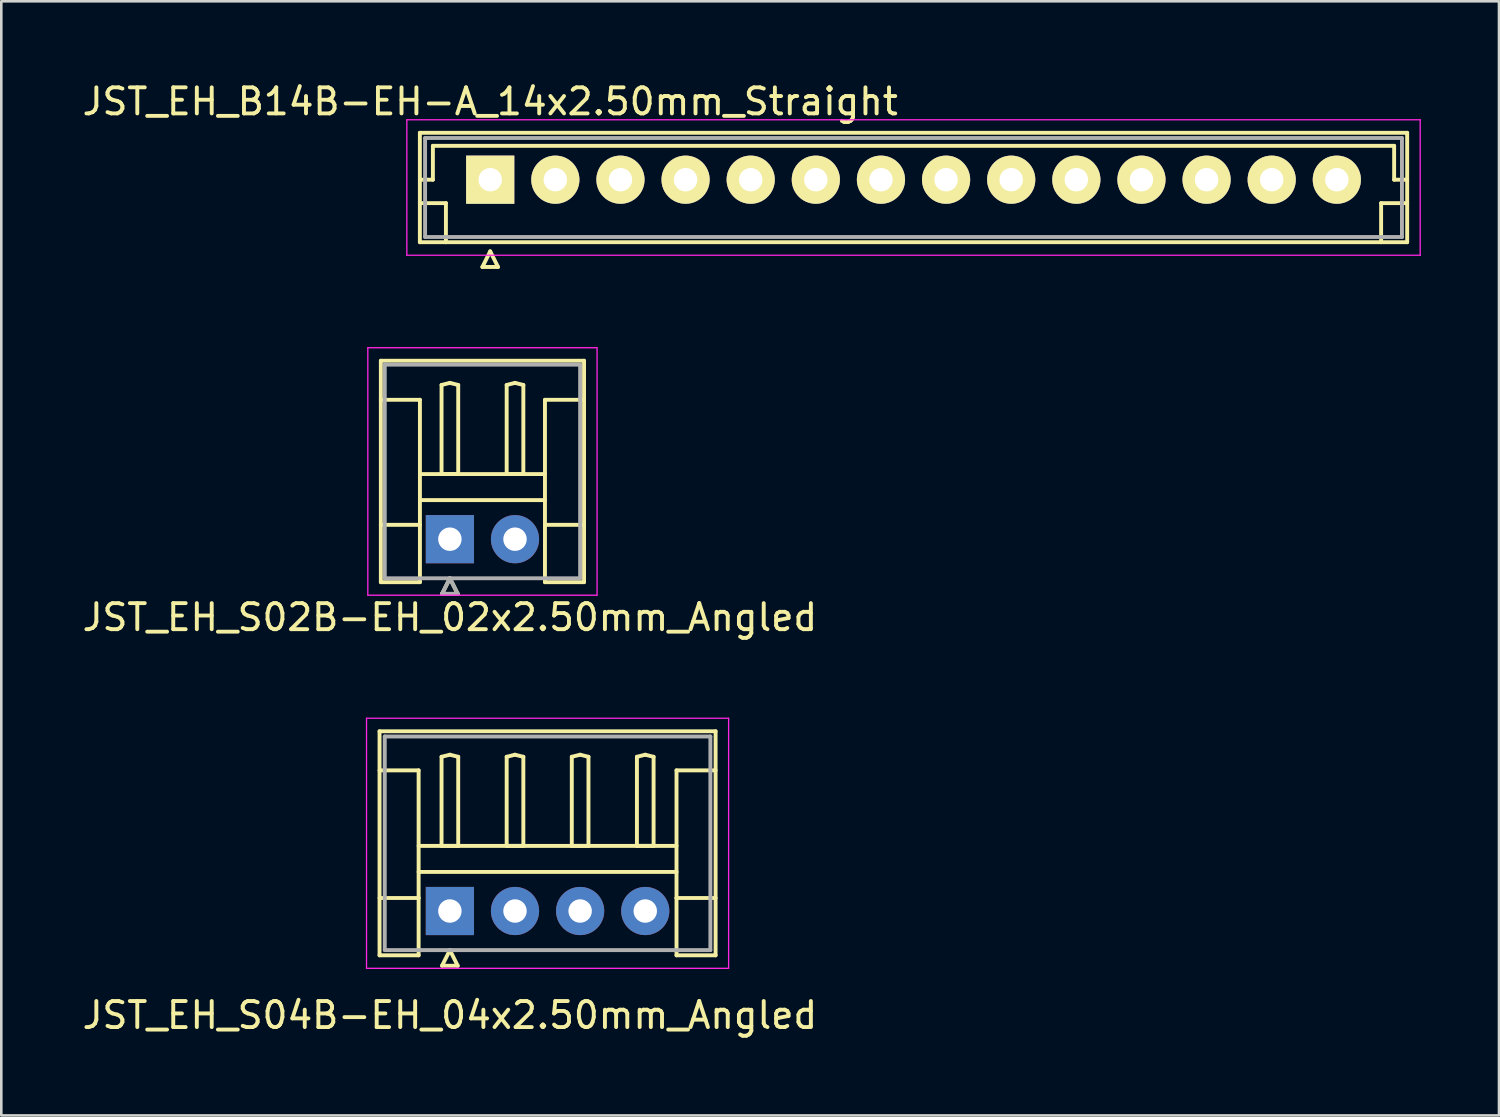
<source format=kicad_pcb>
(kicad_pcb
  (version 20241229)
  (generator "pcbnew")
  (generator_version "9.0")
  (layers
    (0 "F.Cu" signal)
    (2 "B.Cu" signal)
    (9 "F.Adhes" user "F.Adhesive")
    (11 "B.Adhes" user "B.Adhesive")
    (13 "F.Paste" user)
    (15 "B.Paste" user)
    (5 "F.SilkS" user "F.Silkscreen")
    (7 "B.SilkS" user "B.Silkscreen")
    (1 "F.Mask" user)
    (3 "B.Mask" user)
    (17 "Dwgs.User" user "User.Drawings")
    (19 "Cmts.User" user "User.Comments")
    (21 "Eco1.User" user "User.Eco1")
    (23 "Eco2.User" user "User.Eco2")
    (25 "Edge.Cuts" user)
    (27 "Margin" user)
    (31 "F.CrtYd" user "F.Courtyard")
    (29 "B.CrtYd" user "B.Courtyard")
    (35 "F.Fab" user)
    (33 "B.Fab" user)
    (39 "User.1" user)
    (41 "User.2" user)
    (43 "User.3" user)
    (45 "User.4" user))
  (footprint "JST_EH_S04B-EH_04x2.50mm_Angled"
    (layer "F.Cu")
    (at 14.22 31.922)
    (property "Reference" "JST_EH_S04B-EH_04x2.50mm_Angled" (at 0 4 0) (layer "F.SilkS") (effects (font (size 1 1) (thickness 0.15))))
    (attr through_hole)
    (fp_line (start -2.7 -6.9) (end 10.2 -6.9) (stroke (width 0.15) (type solid)) (layer "F.SilkS"))
    (fp_line (start -2.7 -5.4) (end -1.2 -5.4) (stroke (width 0.15) (type solid)) (layer "F.SilkS"))
    (fp_line (start -2.7 1.7) (end -2.7 -6.9) (stroke (width 0.15) (type solid)) (layer "F.SilkS"))
    (fp_line (start -1.2 -5.4) (end -1.2 -0.5) (stroke (width 0.15) (type solid)) (layer "F.SilkS"))
    (fp_line (start -1.2 -2.5) (end 8.7 -2.5) (stroke (width 0.15) (type solid)) (layer "F.SilkS"))
    (fp_line (start -1.2 -1.5) (end 8.7 -1.5) (stroke (width 0.15) (type solid)) (layer "F.SilkS"))
    (fp_line (start -1.2 -0.5) (end -2.7 -0.5) (stroke (width 0.15) (type solid)) (layer "F.SilkS"))
    (fp_line (start -1.2 -0.5) (end -1.2 1.7) (stroke (width 0.15) (type solid)) (layer "F.SilkS"))
    (fp_line (start -1.2 1.7) (end -2.7 1.7) (stroke (width 0.15) (type solid)) (layer "F.SilkS"))
    (fp_line (start -0.32 -5.92) (end 0 -6) (stroke (width 0.15) (type solid)) (layer "F.SilkS"))
    (fp_line (start -0.32 -2.5) (end -0.32 -5.92) (stroke (width 0.15) (type solid)) (layer "F.SilkS"))
    (fp_line (start -0.3 2.1) (end 0.3 2.1) (stroke (width 0.15) (type solid)) (layer "F.SilkS"))
    (fp_line (start 0 -6) (end 0.32 -5.92) (stroke (width 0.15) (type solid)) (layer "F.SilkS"))
    (fp_line (start 0 -2.5) (end -0.32 -2.5) (stroke (width 0.15) (type solid)) (layer "F.SilkS"))
    (fp_line (start 0 1.5) (end -0.3 2.1) (stroke (width 0.15) (type solid)) (layer "F.SilkS"))
    (fp_line (start 0.3 2.1) (end 0 1.5) (stroke (width 0.15) (type solid)) (layer "F.SilkS"))
    (fp_line (start 0.32 -5.92) (end 0.32 -2.5) (stroke (width 0.15) (type solid)) (layer "F.SilkS"))
    (fp_line (start 0.32 -2.5) (end 0 -2.5) (stroke (width 0.15) (type solid)) (layer "F.SilkS"))
    (fp_line (start 2.18 -5.92) (end 2.5 -6) (stroke (width 0.15) (type solid)) (layer "F.SilkS"))
    (fp_line (start 2.18 -2.5) (end 2.18 -5.92) (stroke (width 0.15) (type solid)) (layer "F.SilkS"))
    (fp_line (start 2.5 -6) (end 2.82 -5.92) (stroke (width 0.15) (type solid)) (layer "F.SilkS"))
    (fp_line (start 2.5 -2.5) (end 2.18 -2.5) (stroke (width 0.15) (type solid)) (layer "F.SilkS"))
    (fp_line (start 2.82 -5.92) (end 2.82 -2.5) (stroke (width 0.15) (type solid)) (layer "F.SilkS"))
    (fp_line (start 2.82 -2.5) (end 2.5 -2.5) (stroke (width 0.15) (type solid)) (layer "F.SilkS"))
    (fp_line (start 4.68 -5.92) (end 5 -6) (stroke (width 0.15) (type solid)) (layer "F.SilkS"))
    (fp_line (start 4.68 -2.5) (end 4.68 -5.92) (stroke (width 0.15) (type solid)) (layer "F.SilkS"))
    (fp_line (start 5 -6) (end 5.32 -5.92) (stroke (width 0.15) (type solid)) (layer "F.SilkS"))
    (fp_line (start 5 -2.5) (end 4.68 -2.5) (stroke (width 0.15) (type solid)) (layer "F.SilkS"))
    (fp_line (start 5.32 -5.92) (end 5.32 -2.5) (stroke (width 0.15) (type solid)) (layer "F.SilkS"))
    (fp_line (start 5.32 -2.5) (end 5 -2.5) (stroke (width 0.15) (type solid)) (layer "F.SilkS"))
    (fp_line (start 7.18 -5.92) (end 7.5 -6) (stroke (width 0.15) (type solid)) (layer "F.SilkS"))
    (fp_line (start 7.18 -2.5) (end 7.18 -5.92) (stroke (width 0.15) (type solid)) (layer "F.SilkS"))
    (fp_line (start 7.5 -6) (end 7.82 -5.92) (stroke (width 0.15) (type solid)) (layer "F.SilkS"))
    (fp_line (start 7.5 -2.5) (end 7.18 -2.5) (stroke (width 0.15) (type solid)) (layer "F.SilkS"))
    (fp_line (start 7.82 -5.92) (end 7.82 -2.5) (stroke (width 0.15) (type solid)) (layer "F.SilkS"))
    (fp_line (start 7.82 -2.5) (end 7.5 -2.5) (stroke (width 0.15) (type solid)) (layer "F.SilkS"))
    (fp_line (start 8.7 -5.4) (end 8.7 -0.5) (stroke (width 0.15) (type solid)) (layer "F.SilkS"))
    (fp_line (start 8.7 -0.5) (end 10.2 -0.5) (stroke (width 0.15) (type solid)) (layer "F.SilkS"))
    (fp_line (start 8.7 1.7) (end 8.7 -0.5) (stroke (width 0.15) (type solid)) (layer "F.SilkS"))
    (fp_line (start 10.2 -6.9) (end 10.2 1.7) (stroke (width 0.15) (type solid)) (layer "F.SilkS"))
    (fp_line (start 10.2 -5.4) (end 8.7 -5.4) (stroke (width 0.15) (type solid)) (layer "F.SilkS"))
    (fp_line (start 10.2 1.7) (end 8.7 1.7) (stroke (width 0.15) (type solid)) (layer "F.SilkS"))
    (fp_line (start -3.2 -7.4) (end -3.2 2.2) (stroke (width 0.05) (type solid)) (layer "F.CrtYd"))
    (fp_line (start -3.2 2.2) (end 10.7 2.2) (stroke (width 0.05) (type solid)) (layer "F.CrtYd"))
    (fp_line (start 10.7 -7.4) (end -3.2 -7.4) (stroke (width 0.05) (type solid)) (layer "F.CrtYd"))
    (fp_line (start 10.7 2.2) (end 10.7 -7.4) (stroke (width 0.05) (type solid)) (layer "F.CrtYd"))
    (fp_line (start -2.5 -6.7) (end -2.5 1.5) (stroke (width 0.15) (type solid)) (layer "F.Fab"))
    (fp_line (start -2.5 1.5) (end 10 1.5) (stroke (width 0.15) (type solid)) (layer "F.Fab"))
    (fp_line (start 10 -6.7) (end -2.5 -6.7) (stroke (width 0.15) (type solid)) (layer "F.Fab"))
    (fp_line (start 10 1.5) (end 10 -6.7) (stroke (width 0.15) (type solid)) (layer "F.Fab"))
    (pad "1" thru_hole rect (at 0 0) (size 1.85 1.85) (drill 0.9) (layers "*.Cu" "*.Mask"))
    (pad "2" thru_hole circle (at 2.5 0) (size 1.85 1.85) (drill 0.9) (layers "*.Cu" "*.Mask"))
    (pad "3" thru_hole circle (at 5 0) (size 1.85 1.85) (drill 0.9) (layers "*.Cu" "*.Mask"))
    (pad "4" thru_hole circle (at 7.5 0) (size 1.85 1.85) (drill 0.9) (layers "*.Cu" "*.Mask")))
  (footprint "JST_EH_B14B-EH-A_14x2.50mm_Straight"
    (layer "F.Cu")
    (at 15.768 3.848)
    (property "Reference" "JST_EH_B14B-EH-A_14x2.50mm_Straight" (at 0 -3 0) (layer "F.SilkS") (effects (font (size 1 1) (thickness 0.15))))
    (attr through_hole)
    (fp_line (start -2.7 -1.8) (end -2.7 2.4) (stroke (width 0.15) (type solid)) (layer "F.SilkS"))
    (fp_line (start -2.7 0) (end -2.2 0) (stroke (width 0.15) (type solid)) (layer "F.SilkS"))
    (fp_line (start -2.7 0.9) (end -1.7 0.9) (stroke (width 0.15) (type solid)) (layer "F.SilkS"))
    (fp_line (start -2.7 2.4) (end 35.2 2.4) (stroke (width 0.15) (type solid)) (layer "F.SilkS"))
    (fp_line (start -2.2 -1.3) (end 34.7 -1.3) (stroke (width 0.15) (type solid)) (layer "F.SilkS"))
    (fp_line (start -2.2 0) (end -2.2 -1.3) (stroke (width 0.15) (type solid)) (layer "F.SilkS"))
    (fp_line (start -1.7 0.9) (end -1.7 2.4) (stroke (width 0.15) (type solid)) (layer "F.SilkS"))
    (fp_line (start -0.3 3.35) (end 0.3 3.35) (stroke (width 0.15) (type solid)) (layer "F.SilkS"))
    (fp_line (start 0 2.75) (end -0.3 3.35) (stroke (width 0.15) (type solid)) (layer "F.SilkS"))
    (fp_line (start 0.3 3.35) (end 0 2.75) (stroke (width 0.15) (type solid)) (layer "F.SilkS"))
    (fp_line (start 34.2 0.9) (end 34.2 2.4) (stroke (width 0.15) (type solid)) (layer "F.SilkS"))
    (fp_line (start 34.7 -1.3) (end 34.7 0) (stroke (width 0.15) (type solid)) (layer "F.SilkS"))
    (fp_line (start 34.7 0) (end 35.2 0) (stroke (width 0.15) (type solid)) (layer "F.SilkS"))
    (fp_line (start 35.2 -1.8) (end -2.7 -1.8) (stroke (width 0.15) (type solid)) (layer "F.SilkS"))
    (fp_line (start 35.2 0.9) (end 34.2 0.9) (stroke (width 0.15) (type solid)) (layer "F.SilkS"))
    (fp_line (start 35.2 2.4) (end 35.2 -1.8) (stroke (width 0.15) (type solid)) (layer "F.SilkS"))
    (fp_line (start -3.2 -2.3) (end -3.2 2.9) (stroke (width 0.05) (type solid)) (layer "F.CrtYd"))
    (fp_line (start -3.2 2.9) (end 35.7 2.9) (stroke (width 0.05) (type solid)) (layer "F.CrtYd"))
    (fp_line (start 35.7 -2.3) (end -3.2 -2.3) (stroke (width 0.05) (type solid)) (layer "F.CrtYd"))
    (fp_line (start 35.7 2.9) (end 35.7 -2.3) (stroke (width 0.05) (type solid)) (layer "F.CrtYd"))
    (fp_line (start -2.5 -1.6) (end -2.5 2.2) (stroke (width 0.15) (type solid)) (layer "F.Fab"))
    (fp_line (start -2.5 2.2) (end 35 2.2) (stroke (width 0.15) (type solid)) (layer "F.Fab"))
    (fp_line (start 35 -1.6) (end -2.5 -1.6) (stroke (width 0.15) (type solid)) (layer "F.Fab"))
    (fp_line (start 35 2.2) (end 35 -1.6) (stroke (width 0.15) (type solid)) (layer "F.Fab"))
    (pad "1" thru_hole rect (at 0 0) (size 1.85 1.85) (drill 0.9) (layers "*.Cu" "*.Mask" "F.SilkS"))
    (pad "2" thru_hole circle (at 2.5 0) (size 1.85 1.85) (drill 0.9) (layers "*.Cu" "*.Mask" "F.SilkS"))
    (pad "3" thru_hole circle (at 5 0) (size 1.85 1.85) (drill 0.9) (layers "*.Cu" "*.Mask" "F.SilkS"))
    (pad "4" thru_hole circle (at 7.5 0) (size 1.85 1.85) (drill 0.9) (layers "*.Cu" "*.Mask" "F.SilkS"))
    (pad "5" thru_hole circle (at 10 0) (size 1.85 1.85) (drill 0.9) (layers "*.Cu" "*.Mask" "F.SilkS"))
    (pad "6" thru_hole circle (at 12.5 0) (size 1.85 1.85) (drill 0.9) (layers "*.Cu" "*.Mask" "F.SilkS"))
    (pad "7" thru_hole circle (at 15 0) (size 1.85 1.85) (drill 0.9) (layers "*.Cu" "*.Mask" "F.SilkS"))
    (pad "8" thru_hole circle (at 17.5 0) (size 1.85 1.85) (drill 0.9) (layers "*.Cu" "*.Mask" "F.SilkS"))
    (pad "9" thru_hole circle (at 20 0) (size 1.85 1.85) (drill 0.9) (layers "*.Cu" "*.Mask" "F.SilkS"))
    (pad "10" thru_hole circle (at 22.5 0) (size 1.85 1.85) (drill 0.9) (layers "*.Cu" "*.Mask" "F.SilkS"))
    (pad "11" thru_hole circle (at 25 0) (size 1.85 1.85) (drill 0.9) (layers "*.Cu" "*.Mask" "F.SilkS"))
    (pad "12" thru_hole circle (at 27.5 0) (size 1.85 1.85) (drill 0.9) (layers "*.Cu" "*.Mask" "F.SilkS"))
    (pad "13" thru_hole circle (at 30 0) (size 1.85 1.85) (drill 0.9) (layers "*.Cu" "*.Mask" "F.SilkS"))
    (pad "14" thru_hole circle (at 32.5 0) (size 1.85 1.85) (drill 0.9) (layers "*.Cu" "*.Mask" "F.SilkS")))
  (footprint "JST_EH_S02B-EH_02x2.50mm_Angled"
    (layer "F.Cu")
    (at 14.22 17.648)
    (property "Reference" "JST_EH_S02B-EH_02x2.50mm_Angled" (at 0 3 0) (layer "F.SilkS") (effects (font (size 1 1) (thickness 0.15))))
    (attr through_hole)
    (fp_line (start -2.65 -6.85) (end 5.15 -6.85) (stroke (width 0.15) (type solid)) (layer "F.SilkS"))
    (fp_line (start -2.65 -5.35) (end -1.15 -5.35) (stroke (width 0.15) (type solid)) (layer "F.SilkS"))
    (fp_line (start -2.65 1.65) (end -2.65 -6.85) (stroke (width 0.15) (type solid)) (layer "F.SilkS"))
    (fp_line (start -1.15 -5.35) (end -1.15 -0.55) (stroke (width 0.15) (type solid)) (layer "F.SilkS"))
    (fp_line (start -1.15 -2.5) (end 3.65 -2.5) (stroke (width 0.15) (type solid)) (layer "F.SilkS"))
    (fp_line (start -1.15 -1.5) (end 3.65 -1.5) (stroke (width 0.15) (type solid)) (layer "F.SilkS"))
    (fp_line (start -1.15 -0.55) (end -2.65 -0.55) (stroke (width 0.15) (type solid)) (layer "F.SilkS"))
    (fp_line (start -1.15 -0.55) (end -1.15 1.65) (stroke (width 0.15) (type solid)) (layer "F.SilkS"))
    (fp_line (start -1.15 1.65) (end -2.65 1.65) (stroke (width 0.15) (type solid)) (layer "F.SilkS"))
    (fp_line (start -0.32 -5.92) (end 0 -6) (stroke (width 0.15) (type solid)) (layer "F.SilkS"))
    (fp_line (start -0.32 -2.5) (end -0.32 -5.92) (stroke (width 0.15) (type solid)) (layer "F.SilkS"))
    (fp_line (start -0.3 2.1) (end 0.3 2.1) (stroke (width 0.15) (type solid)) (layer "F.SilkS"))
    (fp_line (start 0 -6) (end 0.32 -5.92) (stroke (width 0.15) (type solid)) (layer "F.SilkS"))
    (fp_line (start 0 -2.5) (end -0.32 -2.5) (stroke (width 0.15) (type solid)) (layer "F.SilkS"))
    (fp_line (start 0 1.5) (end -0.3 2.1) (stroke (width 0.15) (type solid)) (layer "F.SilkS"))
    (fp_line (start 0.3 2.1) (end 0 1.5) (stroke (width 0.15) (type solid)) (layer "F.SilkS"))
    (fp_line (start 0.32 -5.92) (end 0.32 -2.5) (stroke (width 0.15) (type solid)) (layer "F.SilkS"))
    (fp_line (start 0.32 -2.5) (end 0 -2.5) (stroke (width 0.15) (type solid)) (layer "F.SilkS"))
    (fp_line (start 2.18 -5.92) (end 2.5 -6) (stroke (width 0.15) (type solid)) (layer "F.SilkS"))
    (fp_line (start 2.18 -2.5) (end 2.18 -5.92) (stroke (width 0.15) (type solid)) (layer "F.SilkS"))
    (fp_line (start 2.5 -6) (end 2.82 -5.92) (stroke (width 0.15) (type solid)) (layer "F.SilkS"))
    (fp_line (start 2.5 -2.5) (end 2.18 -2.5) (stroke (width 0.15) (type solid)) (layer "F.SilkS"))
    (fp_line (start 2.82 -5.92) (end 2.82 -2.5) (stroke (width 0.15) (type solid)) (layer "F.SilkS"))
    (fp_line (start 2.82 -2.5) (end 2.5 -2.5) (stroke (width 0.15) (type solid)) (layer "F.SilkS"))
    (fp_line (start 3.65 -5.35) (end 3.65 -0.55) (stroke (width 0.15) (type solid)) (layer "F.SilkS"))
    (fp_line (start 3.65 -0.55) (end 5.15 -0.55) (stroke (width 0.15) (type solid)) (layer "F.SilkS"))
    (fp_line (start 3.65 1.65) (end 3.65 -0.55) (stroke (width 0.15) (type solid)) (layer "F.SilkS"))
    (fp_line (start 5.15 -6.85) (end 5.15 1.65) (stroke (width 0.15) (type solid)) (layer "F.SilkS"))
    (fp_line (start 5.15 -5.35) (end 3.65 -5.35) (stroke (width 0.15) (type solid)) (layer "F.SilkS"))
    (fp_line (start 5.15 1.65) (end 3.65 1.65) (stroke (width 0.15) (type solid)) (layer "F.SilkS"))
    (fp_line (start -3.15 -7.35) (end -3.15 2.15) (stroke (width 0.05) (type solid)) (layer "F.CrtYd"))
    (fp_line (start -3.15 2.15) (end 5.65 2.15) (stroke (width 0.05) (type solid)) (layer "F.CrtYd"))
    (fp_line (start 5.65 -7.35) (end -3.15 -7.35) (stroke (width 0.05) (type solid)) (layer "F.CrtYd"))
    (fp_line (start 5.65 2.15) (end 5.65 -7.35) (stroke (width 0.05) (type solid)) (layer "F.CrtYd"))
    (fp_line (start -2.5 -6.7) (end -2.5 1.5) (stroke (width 0.15) (type solid)) (layer "F.Fab"))
    (fp_line (start -2.5 1.5) (end 5 1.5) (stroke (width 0.15) (type solid)) (layer "F.Fab"))
    (fp_line (start -0.3 2.1) (end 0.3 2.1) (stroke (width 0.15) (type solid)) (layer "F.Fab"))
    (fp_line (start 0 1.5) (end -0.3 2.1) (stroke (width 0.15) (type solid)) (layer "F.Fab"))
    (fp_line (start 0.3 2.1) (end 0 1.5) (stroke (width 0.15) (type solid)) (layer "F.Fab"))
    (fp_line (start 5 -6.7) (end -2.5 -6.7) (stroke (width 0.15) (type solid)) (layer "F.Fab"))
    (fp_line (start 5 1.5) (end 5 -6.7) (stroke (width 0.15) (type solid)) (layer "F.Fab"))
    (pad "1" thru_hole rect (at 0 0) (size 1.85 1.85) (drill 0.9) (layers "*.Cu" "*.Mask"))
    (pad "2" thru_hole circle (at 2.5 0) (size 1.85 1.85) (drill 0.9) (layers "*.Cu" "*.Mask")))
  (gr_rect
    (start -3 -3)
    (end 54.493 39.77)
    (stroke (width 0.1) (type default))
    (fill no)
    (layer "Edge.Cuts")))
</source>
